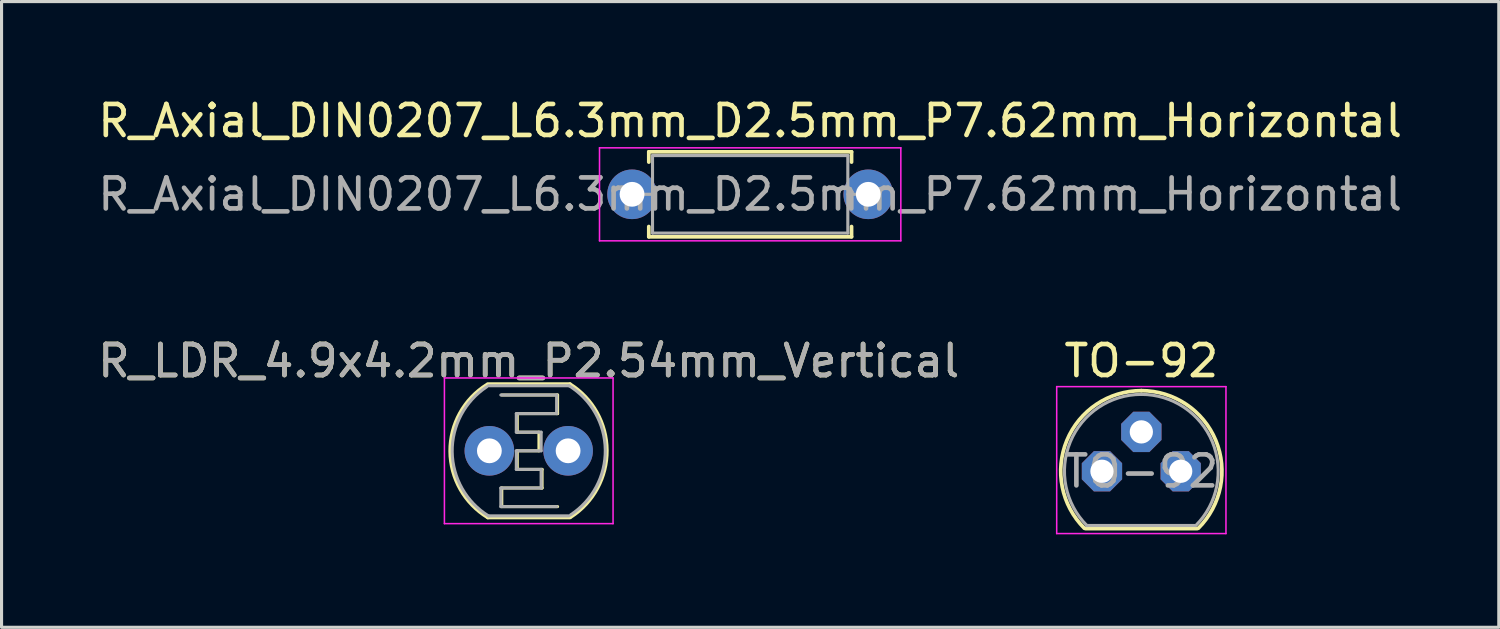
<source format=kicad_pcb>
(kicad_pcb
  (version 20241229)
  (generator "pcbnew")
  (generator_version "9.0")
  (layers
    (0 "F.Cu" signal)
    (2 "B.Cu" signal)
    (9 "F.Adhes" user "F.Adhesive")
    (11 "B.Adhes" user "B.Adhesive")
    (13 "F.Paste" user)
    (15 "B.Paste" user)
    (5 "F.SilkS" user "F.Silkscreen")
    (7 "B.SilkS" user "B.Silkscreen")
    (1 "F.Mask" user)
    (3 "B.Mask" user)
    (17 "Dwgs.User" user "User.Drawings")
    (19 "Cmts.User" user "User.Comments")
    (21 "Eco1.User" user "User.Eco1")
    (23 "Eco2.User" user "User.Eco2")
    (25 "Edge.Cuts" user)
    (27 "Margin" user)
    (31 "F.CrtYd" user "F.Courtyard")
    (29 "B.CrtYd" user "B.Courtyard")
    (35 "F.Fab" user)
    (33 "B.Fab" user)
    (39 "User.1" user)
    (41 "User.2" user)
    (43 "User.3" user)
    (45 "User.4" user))
  (footprint "TO-92"
    (layer "F.Cu")
    (at 32.497 12.152)
    (property "Reference" "TO-92" (at 1.27 -3.56 0) (layer "F.SilkS") (effects (font (size 1 1) (thickness 0.15))))
    (attr through_hole)
    (fp_line (start -0.53 1.85) (end 3.07 1.85) (stroke (width 0.12) (type solid)) (layer "F.SilkS"))
    (fp_arc (start -0.568478 1.838478) (mid -1.132087 -0.994977) (end 1.27 -2.6) (stroke (width 0.12) (type solid)) (layer "F.SilkS"))
    (fp_arc (start 1.27 -2.6) (mid 3.672087 -0.994977) (end 3.108478 1.838478) (stroke (width 0.12) (type solid)) (layer "F.SilkS"))
    (fp_line (start -1.46 -2.73) (end -1.46 2.01) (stroke (width 0.05) (type solid)) (layer "F.CrtYd"))
    (fp_line (start -1.46 -2.73) (end 4 -2.73) (stroke (width 0.05) (type solid)) (layer "F.CrtYd"))
    (fp_line (start 4 2.01) (end -1.46 2.01) (stroke (width 0.05) (type solid)) (layer "F.CrtYd"))
    (fp_line (start 4 2.01) (end 4 -2.73) (stroke (width 0.05) (type solid)) (layer "F.CrtYd"))
    (fp_line (start -0.5 1.75) (end 3 1.75) (stroke (width 0.1) (type solid)) (layer "F.Fab"))
    (fp_arc (start -0.483625 1.753625) (mid -1.021221 -0.949055) (end 1.27 -2.48) (stroke (width 0.1) (type solid)) (layer "F.Fab"))
    (fp_arc (start 1.27 -2.48) (mid 3.561221 -0.949055) (end 3.023625 1.753625) (stroke (width 0.1) (type solid)) (layer "F.Fab"))
    (fp_text user "${REFERENCE}" (at 1.27 0 0) (layer "F.Fab") (effects (font (size 1 1) (thickness 0.15))))
    (pad "1" thru_hole roundrect (at 0 0) (size 1.3 1.3) (drill 0.75) (layers "*.Cu" "*.Mask") (roundrect_rratio 0) (chamfer_ratio 0.3) (chamfer top_left top_right bottom_left bottom_right))
    (pad "2" thru_hole roundrect (at 1.27 -1.27) (size 1.3 1.3) (drill 0.75) (layers "*.Cu" "*.Mask") (roundrect_rratio 0) (chamfer_ratio 0.3) (chamfer top_left top_right bottom_left bottom_right))
    (pad "3" thru_hole roundrect (at 2.54 0) (size 1.3 1.3) (drill 0.75) (layers "*.Cu" "*.Mask") (roundrect_rratio 0) (chamfer_ratio 0.3) (chamfer top_left top_right bottom_left bottom_right)))
  (footprint "R_Axial_DIN0207_L6.3mm_D2.5mm_P7.62mm_Horizontal"
    (layer "F.Cu")
    (at 17.339 3.218)
    (property "Reference" "R_Axial_DIN0207_L6.3mm_D2.5mm_P7.62mm_Horizontal" (at 3.81 -2.37 0) (layer "F.SilkS") (effects (font (size 1 1) (thickness 0.15))))
    (attr through_hole)
    (fp_line (start 0.54 -1.37) (end 7.08 -1.37) (stroke (width 0.12) (type solid)) (layer "F.SilkS"))
    (fp_line (start 0.54 -1.04) (end 0.54 -1.37) (stroke (width 0.12) (type solid)) (layer "F.SilkS"))
    (fp_line (start 0.54 1.04) (end 0.54 1.37) (stroke (width 0.12) (type solid)) (layer "F.SilkS"))
    (fp_line (start 0.54 1.37) (end 7.08 1.37) (stroke (width 0.12) (type solid)) (layer "F.SilkS"))
    (fp_line (start 7.08 -1.37) (end 7.08 -1.04) (stroke (width 0.12) (type solid)) (layer "F.SilkS"))
    (fp_line (start 7.08 1.37) (end 7.08 1.04) (stroke (width 0.12) (type solid)) (layer "F.SilkS"))
    (fp_line (start -1.05 -1.5) (end -1.05 1.5) (stroke (width 0.05) (type solid)) (layer "F.CrtYd"))
    (fp_line (start -1.05 1.5) (end 8.67 1.5) (stroke (width 0.05) (type solid)) (layer "F.CrtYd"))
    (fp_line (start 8.67 -1.5) (end -1.05 -1.5) (stroke (width 0.05) (type solid)) (layer "F.CrtYd"))
    (fp_line (start 8.67 1.5) (end 8.67 -1.5) (stroke (width 0.05) (type solid)) (layer "F.CrtYd"))
    (fp_line (start 0 0) (end 0.66 0) (stroke (width 0.1) (type solid)) (layer "F.Fab"))
    (fp_line (start 0.66 -1.25) (end 0.66 1.25) (stroke (width 0.1) (type solid)) (layer "F.Fab"))
    (fp_line (start 0.66 1.25) (end 6.96 1.25) (stroke (width 0.1) (type solid)) (layer "F.Fab"))
    (fp_line (start 6.96 -1.25) (end 0.66 -1.25) (stroke (width 0.1) (type solid)) (layer "F.Fab"))
    (fp_line (start 6.96 1.25) (end 6.96 -1.25) (stroke (width 0.1) (type solid)) (layer "F.Fab"))
    (fp_line (start 7.62 0) (end 6.96 0) (stroke (width 0.1) (type solid)) (layer "F.Fab"))
    (fp_text user "${REFERENCE}" (at 3.81 0 0) (layer "F.Fab") (effects (font (size 1 1) (thickness 0.15))))
    (pad "1" thru_hole circle (at 0 0) (size 1.6 1.6) (drill 0.8) (layers "*.Cu" "*.Mask"))
    (pad "2" thru_hole oval (at 7.62 0) (size 1.6 1.6) (drill 0.8) (layers "*.Cu" "*.Mask")))
  (footprint "R_LDR_4.9x4.2mm_P2.54mm_Vertical"
    (layer "F.Cu")
    (at 12.736 11.492)
    (property "Reference" "R_LDR_4.9x4.2mm_P2.54mm_Vertical" (at 1.27 -2.9 0) (layer "F.SilkS") (effects (font (size 1 1) (thickness 0.15))))
    (attr through_hole)
    (fp_line (start -0.05 -2.15) (end 2.6 -2.15) (stroke (width 0.12) (type solid)) (layer "F.SilkS"))
    (fp_line (start -0.05 2.15) (end 2.6 2.15) (stroke (width 0.12) (type solid)) (layer "F.SilkS"))
    (fp_line (start 0.4 -1.8) (end 2.2 -1.8) (stroke (width 0.1) (type default)) (layer "F.SilkS"))
    (fp_line (start 0.4 1.2) (end 0.4 1.8) (stroke (width 0.1) (type default)) (layer "F.SilkS"))
    (fp_line (start 0.4 1.8) (end 2.2 1.8) (stroke (width 0.1) (type default)) (layer "F.SilkS"))
    (fp_line (start 0.9 -1.2) (end 0.9 -0.6) (stroke (width 0.1) (type default)) (layer "F.SilkS"))
    (fp_line (start 0.9 -0.6) (end 1.6 -0.6) (stroke (width 0.1) (type default)) (layer "F.SilkS"))
    (fp_line (start 0.9 0) (end 0.9 0.6) (stroke (width 0.1) (type default)) (layer "F.SilkS"))
    (fp_line (start 0.9 0.6) (end 1.7 0.6) (stroke (width 0.1) (type default)) (layer "F.SilkS"))
    (fp_line (start 1.6 -0.6) (end 1.6 0) (stroke (width 0.1) (type default)) (layer "F.SilkS"))
    (fp_line (start 1.6 0) (end 0.9 0) (stroke (width 0.1) (type default)) (layer "F.SilkS"))
    (fp_line (start 1.7 0.6) (end 1.7 1.2) (stroke (width 0.1) (type default)) (layer "F.SilkS"))
    (fp_line (start 1.7 1.2) (end 0.4 1.2) (stroke (width 0.1) (type default)) (layer "F.SilkS"))
    (fp_line (start 2.2 -1.8) (end 2.2 -1.2) (stroke (width 0.1) (type default)) (layer "F.SilkS"))
    (fp_line (start 2.2 -1.2) (end 0.9 -1.2) (stroke (width 0.1) (type default)) (layer "F.SilkS"))
    (fp_arc (start -0.05 2.15) (mid -1.262424 0.01494) (end -0.075476 -2.134388) (stroke (width 0.12) (type solid)) (layer "F.SilkS"))
    (fp_arc (start 2.6 -2.15) (mid 3.788646 -0.016616) (end 2.628027 2.132145) (stroke (width 0.12) (type solid)) (layer "F.SilkS"))
    (fp_line (start -1.45 -2.35) (end -1.45 2.35) (stroke (width 0.05) (type solid)) (layer "F.CrtYd"))
    (fp_line (start -1.45 -2.35) (end 3.99 -2.35) (stroke (width 0.05) (type solid)) (layer "F.CrtYd"))
    (fp_line (start 3.99 2.35) (end -1.45 2.35) (stroke (width 0.05) (type solid)) (layer "F.CrtYd"))
    (fp_line (start 3.99 2.35) (end 3.99 -2.35) (stroke (width 0.05) (type solid)) (layer "F.CrtYd"))
    (fp_line (start -0.03 -2.1) (end 2.57 -2.1) (stroke (width 0.1) (type solid)) (layer "F.Fab"))
    (fp_line (start 0.37 -1.8) (end 2.17 -1.8) (stroke (width 0.1) (type solid)) (layer "F.Fab"))
    (fp_line (start 0.37 1.2) (end 0.37 1.8) (stroke (width 0.1) (type solid)) (layer "F.Fab"))
    (fp_line (start 0.37 1.2) (end 1.67 1.2) (stroke (width 0.1) (type solid)) (layer "F.Fab"))
    (fp_line (start 0.37 1.8) (end 2.17 1.8) (stroke (width 0.1) (type solid)) (layer "F.Fab"))
    (fp_line (start 0.87 -1.2) (end 0.87 -0.6) (stroke (width 0.1) (type solid)) (layer "F.Fab"))
    (fp_line (start 0.87 -1.2) (end 2.17 -1.2) (stroke (width 0.1) (type solid)) (layer "F.Fab"))
    (fp_line (start 0.87 0) (end 0.87 0.6) (stroke (width 0.1) (type solid)) (layer "F.Fab"))
    (fp_line (start 0.87 0) (end 1.67 0) (stroke (width 0.1) (type solid)) (layer "F.Fab"))
    (fp_line (start 1.67 -0.6) (end 0.87 -0.6) (stroke (width 0.1) (type solid)) (layer "F.Fab"))
    (fp_line (start 1.67 -0.6) (end 1.67 0) (stroke (width 0.1) (type solid)) (layer "F.Fab"))
    (fp_line (start 1.67 0.6) (end 0.87 0.6) (stroke (width 0.1) (type solid)) (layer "F.Fab"))
    (fp_line (start 1.67 0.6) (end 1.67 1.2) (stroke (width 0.1) (type solid)) (layer "F.Fab"))
    (fp_line (start 2.17 -1.8) (end 2.17 -1.2) (stroke (width 0.1) (type solid)) (layer "F.Fab"))
    (fp_line (start 2.57 2.1) (end -0.03 2.1) (stroke (width 0.1) (type solid)) (layer "F.Fab"))
    (fp_arc (start -0.03 2.1) (mid -1.199612 0.031921) (end -0.083843 -2.065698) (stroke (width 0.1) (type solid)) (layer "F.Fab"))
    (fp_arc (start 2.57 -2.1) (mid 3.739612 -0.031921) (end 2.623843 2.065698) (stroke (width 0.1) (type solid)) (layer "F.Fab"))
    (fp_text user "${REFERENCE}" (at 1.27 -2.9 0) (layer "F.Fab") (effects (font (size 1 1) (thickness 0.15))))
    (pad "1" thru_hole circle (at 0 0) (size 1.6 1.6) (drill 0.8) (layers "*.Cu" "*.Mask"))
    (pad "2" thru_hole circle (at 2.54 0) (size 1.6 1.6) (drill 0.8) (layers "*.Cu" "*.Mask")))
  (gr_rect
    (start -3 -3)
    (end 45.298 17.186)
    (stroke (width 0.1) (type default))
    (fill no)
    (layer "Edge.Cuts")))
</source>
